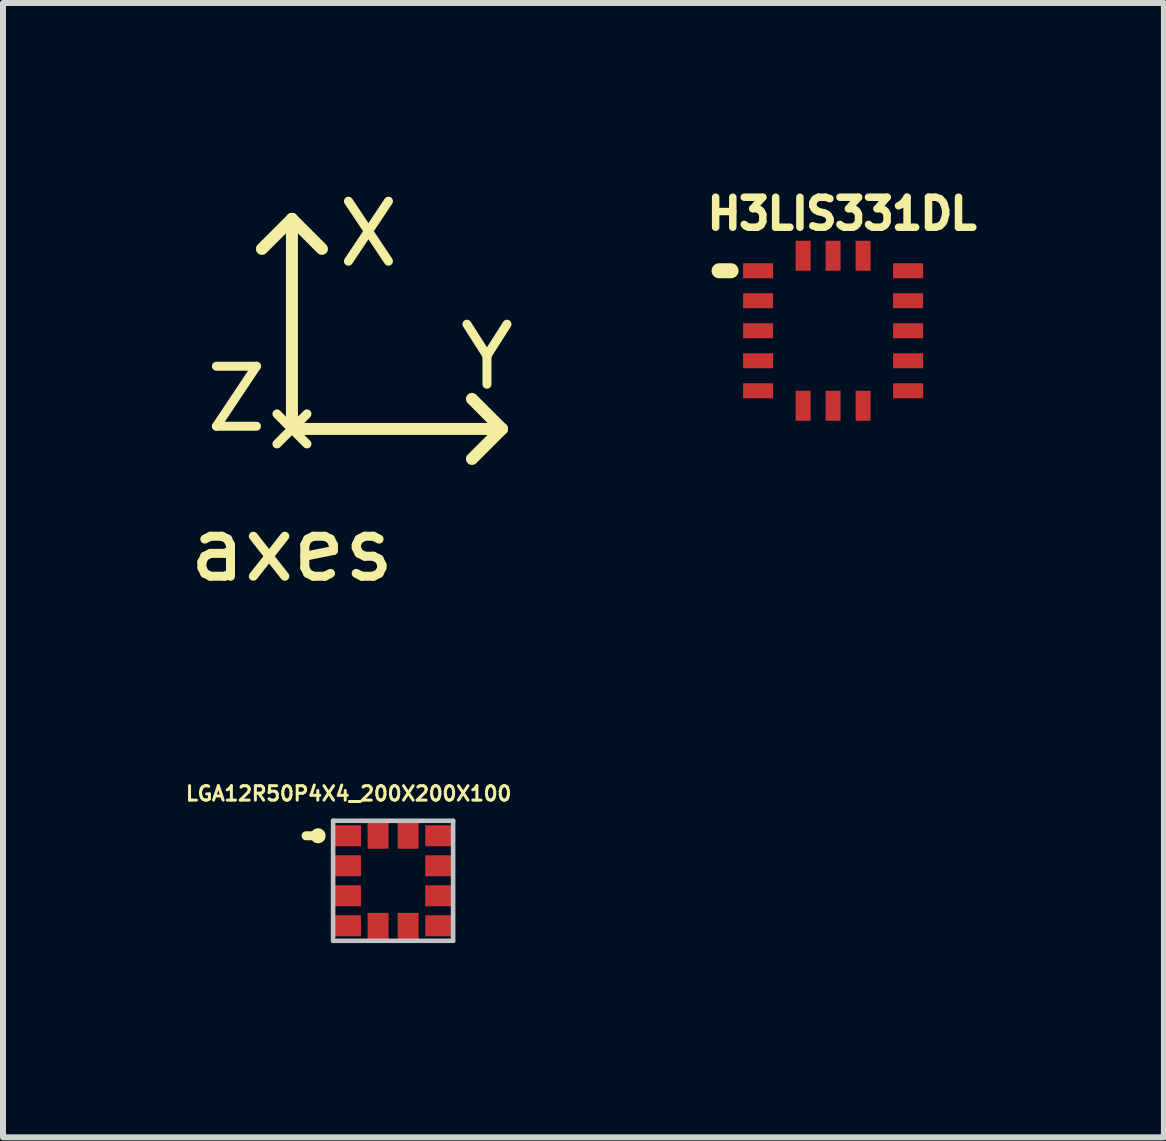
<source format=kicad_pcb>
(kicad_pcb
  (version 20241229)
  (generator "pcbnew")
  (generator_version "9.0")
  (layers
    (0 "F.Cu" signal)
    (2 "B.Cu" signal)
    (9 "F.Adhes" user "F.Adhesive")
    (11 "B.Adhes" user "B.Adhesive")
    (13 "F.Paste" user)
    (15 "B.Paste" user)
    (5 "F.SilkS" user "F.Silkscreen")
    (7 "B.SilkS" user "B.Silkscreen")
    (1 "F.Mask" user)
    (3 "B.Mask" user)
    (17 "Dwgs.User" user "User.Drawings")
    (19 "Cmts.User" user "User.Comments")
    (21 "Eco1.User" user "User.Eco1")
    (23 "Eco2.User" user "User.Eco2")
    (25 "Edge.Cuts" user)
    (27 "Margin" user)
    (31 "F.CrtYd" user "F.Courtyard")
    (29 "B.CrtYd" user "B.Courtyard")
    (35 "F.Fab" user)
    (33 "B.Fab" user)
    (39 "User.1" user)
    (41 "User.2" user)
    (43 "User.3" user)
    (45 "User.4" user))
  (footprint "H3LIS331DL"
    (layer "F.Cu")
    (at 10.833 2.462)
    (property "Reference" "H3LIS331DL" (at 0.15 -1.95 0) (layer "F.SilkS") (effects (font (size 0.5 0.5) (thickness 0.125))))
    (attr through_hole)
    (fp_line (start -1.9 -1) (end -1.7 -1) (stroke (width 0.25) (type solid)) (layer "F.SilkS"))
    (pad "1" smd rect (at -1.25 -1) (size 0.5 0.25) (layers "F.Cu" "F.Mask" "F.Paste"))
    (pad "2" smd rect (at -1.25 -0.5) (size 0.5 0.25) (layers "F.Cu" "F.Mask" "F.Paste"))
    (pad "3" smd rect (at -1.25 0) (size 0.5 0.25) (layers "F.Cu" "F.Mask" "F.Paste"))
    (pad "4" smd rect (at -1.25 0.5) (size 0.5 0.25) (layers "F.Cu" "F.Mask" "F.Paste"))
    (pad "5" smd rect (at -1.25 1) (size 0.5 0.25) (layers "F.Cu" "F.Mask" "F.Paste"))
    (pad "6" smd rect (at -0.5 1.25 90) (size 0.5 0.25) (layers "F.Cu" "F.Mask" "F.Paste"))
    (pad "7" smd rect (at 0 1.25 90) (size 0.5 0.25) (layers "F.Cu" "F.Mask" "F.Paste"))
    (pad "8" smd rect (at 0.5 1.25 90) (size 0.5 0.25) (layers "F.Cu" "F.Mask" "F.Paste"))
    (pad "9" smd rect (at 1.25 1) (size 0.5 0.25) (layers "F.Cu" "F.Mask" "F.Paste"))
    (pad "10" smd rect (at 1.25 0.5) (size 0.5 0.25) (layers "F.Cu" "F.Mask" "F.Paste"))
    (pad "11" smd rect (at 1.25 0) (size 0.5 0.25) (layers "F.Cu" "F.Mask" "F.Paste"))
    (pad "12" smd rect (at 1.25 -0.5) (size 0.5 0.25) (layers "F.Cu" "F.Mask" "F.Paste"))
    (pad "13" smd rect (at 1.25 -1) (size 0.5 0.25) (layers "F.Cu" "F.Mask" "F.Paste"))
    (pad "14" smd rect (at 0.5 -1.25 90) (size 0.5 0.25) (layers "F.Cu" "F.Mask" "F.Paste"))
    (pad "15" smd rect (at 0 -1.25 90) (size 0.5 0.25) (layers "F.Cu" "F.Mask" "F.Paste"))
    (pad "16" smd rect (at -0.5 -1.25 90) (size 0.5 0.25) (layers "F.Cu" "F.Mask" "F.Paste")))
  (footprint "axes"
    (layer "F.Cu")
    (at 1.815 4.098)
    (property "Reference" "axes" (at 0 2 0) (layer "F.SilkS") (effects (font (size 1 1) (thickness 0.15))))
    (attr through_hole)
    (fp_line (start -0.25 -0.25) (end 0.25 0.25) (stroke (width 0.15) (type solid)) (layer "F.SilkS"))
    (fp_line (start -0.25 0.25) (end 0.25 -0.25) (stroke (width 0.15) (type solid)) (layer "F.SilkS"))
    (fp_line (start 0 -3.5) (end -0.5 -3) (stroke (width 0.2) (type solid)) (layer "F.SilkS"))
    (fp_line (start 0 -3.5) (end 0.5 -3) (stroke (width 0.2) (type solid)) (layer "F.SilkS"))
    (fp_line (start 0 0) (end 0 -3.5) (stroke (width 0.2) (type solid)) (layer "F.SilkS"))
    (fp_line (start 0 0) (end 3.5 0) (stroke (width 0.2) (type solid)) (layer "F.SilkS"))
    (fp_line (start 3 0.5) (end 3.5 0) (stroke (width 0.2) (type solid)) (layer "F.SilkS"))
    (fp_line (start 3.5 0) (end 3 -0.5) (stroke (width 0.2) (type solid)) (layer "F.SilkS"))
    (fp_text user "Y" (at 3.25 -1.2 0) (layer "F.SilkS") (effects (font (size 1 1) (thickness 0.15))))
    (fp_text user "Z" (at -0.925 -0.5 0) (layer "F.SilkS") (effects (font (size 1 1) (thickness 0.15))))
    (fp_text user "X" (at 1.275 -3.25 0) (layer "F.SilkS") (effects (font (size 1 1) (thickness 0.15)))))
  (footprint "LGA12R50P4X4_200X200X100"
    (layer "F.Cu")
    (at 3.501 11.628)
    (property "Reference" "LGA12R50P4X4_200X200X100" (at -0.741 -1.453 0) (layer "F.SilkS") (effects (font (size 0.24 0.24) (thickness 0.05))))
    (attr smd)
    (fp_poly (pts (xy -1.012 0.05) (xy -0.51 0.05) (xy -0.51 0.451) (xy -1.012 0.451)) (stroke (width 0) (type solid)) (fill yes) (layer "F.Mask"))
    (fp_poly (pts (xy -1.012 -0.45) (xy -0.51 -0.45) (xy -0.51 -0.05) (xy -1.012 -0.05)) (stroke (width 0) (type solid)) (fill yes) (layer "F.Mask"))
    (fp_poly (pts (xy -1.012 -0.95) (xy -0.51 -0.95) (xy -0.51 -0.551) (xy -1.012 -0.551)) (stroke (width 0) (type solid)) (fill yes) (layer "F.Mask"))
    (fp_poly (pts (xy -1.01 0.55) (xy -0.51 0.55) (xy -0.51 0.95) (xy -1.01 0.95)) (stroke (width 0) (type solid)) (fill yes) (layer "F.Mask"))
    (fp_poly (pts (xy -0.45 1.01) (xy -0.45 0.51) (xy -0.05 0.51) (xy -0.05 1.01)) (stroke (width 0) (type solid)) (fill yes) (layer "F.Mask"))
    (fp_poly (pts (xy -0.051 -1.011) (xy -0.051 -0.51) (xy -0.45 -0.51) (xy -0.45 -1.011)) (stroke (width 0) (type solid)) (fill yes) (layer "F.Mask"))
    (fp_poly (pts (xy 0.05 1.01) (xy 0.05 0.51) (xy 0.45 0.51) (xy 0.45 1.01)) (stroke (width 0) (type solid)) (fill yes) (layer "F.Mask"))
    (fp_poly (pts (xy 0.45 -1.01) (xy 0.45 -0.51) (xy 0.05 -0.51) (xy 0.05 -1.01)) (stroke (width 0) (type solid)) (fill yes) (layer "F.Mask"))
    (fp_poly (pts (xy 1.01 -0.55) (xy 0.51 -0.55) (xy 0.51 -0.95) (xy 1.01 -0.95)) (stroke (width 0) (type solid)) (fill yes) (layer "F.Mask"))
    (fp_poly (pts (xy 1.01 -0.05) (xy 0.51 -0.05) (xy 0.51 -0.45) (xy 1.01 -0.45)) (stroke (width 0) (type solid)) (fill yes) (layer "F.Mask"))
    (fp_poly (pts (xy 1.01 0.451) (xy 0.511 0.451) (xy 0.511 0.05) (xy 1.01 0.05)) (stroke (width 0) (type solid)) (fill yes) (layer "F.Mask"))
    (fp_poly (pts (xy 1.01 0.951) (xy 0.511 0.951) (xy 0.511 0.55) (xy 1.01 0.55)) (stroke (width 0) (type solid)) (fill yes) (layer "F.Mask"))
    (fp_line (start -1.25 -0.75) (end -1.45 -0.75) (stroke (width 0.15) (type solid)) (layer "F.SilkS"))
    (fp_circle (center -1.25 -0.75) (end -1.125 -0.75) (stroke (width 0) (type solid)) (fill yes) (layer "F.SilkS"))
    (fp_line (start -1 -1) (end -1 1) (stroke (width 0.076) (type solid)) (layer "Dwgs.User"))
    (fp_line (start -1 1) (end 1 1) (stroke (width 0.076) (type solid)) (layer "Dwgs.User"))
    (fp_line (start 1 -1) (end -1 -1) (stroke (width 0.076) (type solid)) (layer "Dwgs.User"))
    (fp_line (start 1 1) (end 1 -1) (stroke (width 0.076) (type solid)) (layer "Dwgs.User"))
    (fp_line (start -1.25 -1.25) (end -1.25 1.25) (stroke (width 0.05) (type solid)) (layer "Eco1.User"))
    (fp_line (start -1.25 1.25) (end 1.25 1.25) (stroke (width 0.05) (type solid)) (layer "Eco1.User"))
    (fp_line (start 1.25 -1.25) (end -1.25 -1.25) (stroke (width 0.05) (type solid)) (layer "Eco1.User"))
    (fp_line (start 1.25 1.25) (end 1.25 -1.25) (stroke (width 0.05) (type solid)) (layer "Eco1.User"))
    (pad "1" smd rect (at -0.76 -0.75) (size 0.45 0.35) (layers "F.Cu" "F.Mask" "F.Paste"))
    (pad "2" smd rect (at -0.76 -0.25) (size 0.45 0.35) (layers "F.Cu" "F.Mask" "F.Paste"))
    (pad "3" smd rect (at -0.76 0.25) (size 0.45 0.35) (layers "F.Cu" "F.Mask" "F.Paste"))
    (pad "4" smd rect (at -0.76 0.75) (size 0.45 0.35) (layers "F.Cu" "F.Mask" "F.Paste"))
    (pad "5" smd rect (at -0.25 0.76 90) (size 0.45 0.35) (layers "F.Cu" "F.Mask" "F.Paste"))
    (pad "6" smd rect (at 0.25 0.76 90) (size 0.45 0.35) (layers "F.Cu" "F.Mask" "F.Paste"))
    (pad "7" smd rect (at 0.76 0.75 180) (size 0.45 0.35) (layers "F.Cu" "F.Mask" "F.Paste"))
    (pad "8" smd rect (at 0.76 0.25 180) (size 0.45 0.35) (layers "F.Cu" "F.Mask" "F.Paste"))
    (pad "9" smd rect (at 0.76 -0.25 180) (size 0.45 0.35) (layers "F.Cu" "F.Mask" "F.Paste"))
    (pad "10" smd rect (at 0.76 -0.75 180) (size 0.45 0.35) (layers "F.Cu" "F.Mask" "F.Paste"))
    (pad "11" smd rect (at 0.25 -0.76 270) (size 0.45 0.35) (layers "F.Cu" "F.Mask" "F.Paste"))
    (pad "12" smd rect (at -0.25 -0.76 270) (size 0.45 0.35) (layers "F.Cu" "F.Mask" "F.Paste")))
  (gr_rect
    (start -3 -3)
    (end 16.346 15.903)
    (stroke (width 0.1) (type default))
    (fill no)
    (layer "Edge.Cuts")))
</source>
